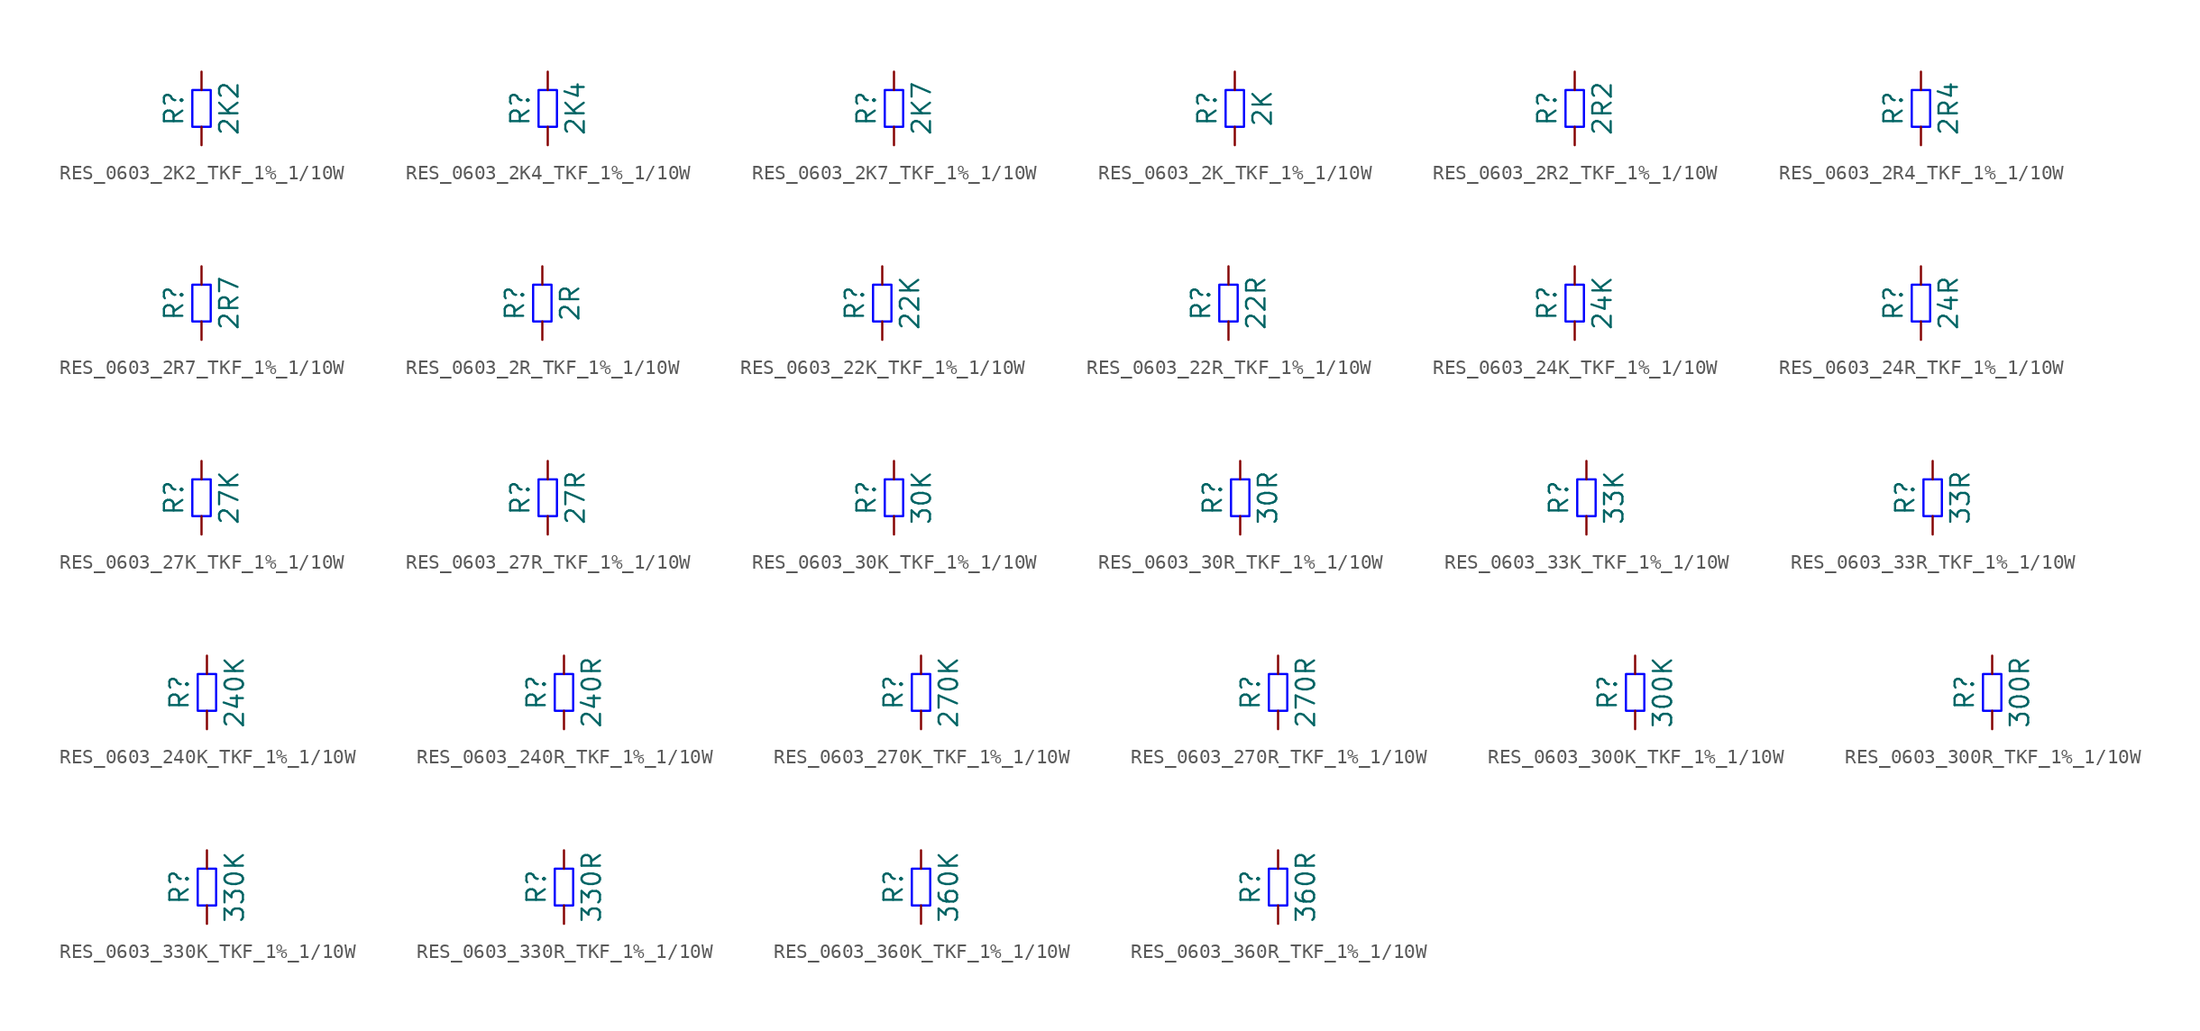
<source format=kicad_sym>
(kicad_symbol_lib
  (version 20220914)
  (generator kicad_symbol_editor)
  (symbol "RES_0603_2K2_TKF_1%_1/10W"
    (pin_numbers hide)
    (pin_names
      (offset 0) hide)
    (property "Reference" "R"
      (at -1.905 0 90)
      (do_not_autoplace)
      (effects (font (size 1.27 1.27))))
    (property "Value" "2K2"
      (at 1.905 0 90)
      (do_not_autoplace)
      (effects (font (size 1.27 1.27))))
    (symbol "RES_0603_2K2_TKF_1%_1/10W_1_1"
      (rectangle (start -0.635 -1.27) (end 0.635 1.27) (stroke (width 0) (type solid) (color 0 0 255 1)) (fill (type none)))
      (pin passive line (at 0 -2.54 90) (length 1.27) (name "~" (effects (font (size 1.27 1.27)))) (number "1" (effects (font (size 1.27 1.27)))))
      (pin passive line (at 0 2.54 270) (length 1.27) (name "~" (effects (font (size 1.27 1.27)))) (number "2" (effects (font (size 1.27 1.27)))))))
  (symbol "RES_0603_2K4_TKF_1%_1/10W"
    (pin_numbers hide)
    (pin_names
      (offset 0) hide)
    (property "Reference" "R"
      (at -1.905 0 90)
      (do_not_autoplace)
      (effects (font (size 1.27 1.27))))
    (property "Value" "2K4"
      (at 1.905 0 90)
      (do_not_autoplace)
      (effects (font (size 1.27 1.27))))
    (symbol "RES_0603_2K4_TKF_1%_1/10W_1_1"
      (rectangle (start -0.635 -1.27) (end 0.635 1.27) (stroke (width 0) (type solid) (color 0 0 255 1)) (fill (type none)))
      (pin passive line (at 0 -2.54 90) (length 1.27) (name "~" (effects (font (size 1.27 1.27)))) (number "1" (effects (font (size 1.27 1.27)))))
      (pin passive line (at 0 2.54 270) (length 1.27) (name "~" (effects (font (size 1.27 1.27)))) (number "2" (effects (font (size 1.27 1.27)))))))
  (symbol "RES_0603_2K7_TKF_1%_1/10W"
    (pin_numbers hide)
    (pin_names
      (offset 0) hide)
    (property "Reference" "R"
      (at -1.905 0 90)
      (do_not_autoplace)
      (effects (font (size 1.27 1.27))))
    (property "Value" "2K7"
      (at 1.905 0 90)
      (do_not_autoplace)
      (effects (font (size 1.27 1.27))))
    (symbol "RES_0603_2K7_TKF_1%_1/10W_1_1"
      (rectangle (start -0.635 -1.27) (end 0.635 1.27) (stroke (width 0) (type solid) (color 0 0 255 1)) (fill (type none)))
      (pin passive line (at 0 -2.54 90) (length 1.27) (name "~" (effects (font (size 1.27 1.27)))) (number "1" (effects (font (size 1.27 1.27)))))
      (pin passive line (at 0 2.54 270) (length 1.27) (name "~" (effects (font (size 1.27 1.27)))) (number "2" (effects (font (size 1.27 1.27)))))))
  (symbol "RES_0603_2K_TKF_1%_1/10W"
    (pin_numbers hide)
    (pin_names
      (offset 0) hide)
    (property "Reference" "R"
      (at -1.905 0 90)
      (do_not_autoplace)
      (effects (font (size 1.27 1.27))))
    (property "Value" "2K"
      (at 1.905 0 90)
      (do_not_autoplace)
      (effects (font (size 1.27 1.27))))
    (symbol "RES_0603_2K_TKF_1%_1/10W_1_1"
      (rectangle (start -0.635 -1.27) (end 0.635 1.27) (stroke (width 0) (type solid) (color 0 0 255 1)) (fill (type none)))
      (pin passive line (at 0 -2.54 90) (length 1.27) (name "~" (effects (font (size 1.27 1.27)))) (number "1" (effects (font (size 1.27 1.27)))))
      (pin passive line (at 0 2.54 270) (length 1.27) (name "~" (effects (font (size 1.27 1.27)))) (number "2" (effects (font (size 1.27 1.27)))))))
  (symbol "RES_0603_2R2_TKF_1%_1/10W"
    (pin_numbers hide)
    (pin_names
      (offset 0) hide)
    (property "Reference" "R"
      (at -1.905 0 90)
      (do_not_autoplace)
      (effects (font (size 1.27 1.27))))
    (property "Value" "2R2"
      (at 1.905 0 90)
      (do_not_autoplace)
      (effects (font (size 1.27 1.27))))
    (symbol "RES_0603_2R2_TKF_1%_1/10W_1_1"
      (rectangle (start -0.635 -1.27) (end 0.635 1.27) (stroke (width 0) (type solid) (color 0 0 255 1)) (fill (type none)))
      (pin passive line (at 0 -2.54 90) (length 1.27) (name "~" (effects (font (size 1.27 1.27)))) (number "1" (effects (font (size 1.27 1.27)))))
      (pin passive line (at 0 2.54 270) (length 1.27) (name "~" (effects (font (size 1.27 1.27)))) (number "2" (effects (font (size 1.27 1.27)))))))
  (symbol "RES_0603_2R4_TKF_1%_1/10W"
    (pin_numbers hide)
    (pin_names
      (offset 0) hide)
    (property "Reference" "R"
      (at -1.905 0 90)
      (do_not_autoplace)
      (effects (font (size 1.27 1.27))))
    (property "Value" "2R4"
      (at 1.905 0 90)
      (do_not_autoplace)
      (effects (font (size 1.27 1.27))))
    (symbol "RES_0603_2R4_TKF_1%_1/10W_1_1"
      (rectangle (start -0.635 -1.27) (end 0.635 1.27) (stroke (width 0) (type solid) (color 0 0 255 1)) (fill (type none)))
      (pin passive line (at 0 -2.54 90) (length 1.27) (name "~" (effects (font (size 1.27 1.27)))) (number "1" (effects (font (size 1.27 1.27)))))
      (pin passive line (at 0 2.54 270) (length 1.27) (name "~" (effects (font (size 1.27 1.27)))) (number "2" (effects (font (size 1.27 1.27)))))))
  (symbol "RES_0603_2R7_TKF_1%_1/10W"
    (pin_numbers hide)
    (pin_names
      (offset 0) hide)
    (property "Reference" "R"
      (at -1.905 0 90)
      (do_not_autoplace)
      (effects (font (size 1.27 1.27))))
    (property "Value" "2R7"
      (at 1.905 0 90)
      (do_not_autoplace)
      (effects (font (size 1.27 1.27))))
    (symbol "RES_0603_2R7_TKF_1%_1/10W_1_1"
      (rectangle (start -0.635 -1.27) (end 0.635 1.27) (stroke (width 0) (type solid) (color 0 0 255 1)) (fill (type none)))
      (pin passive line (at 0 -2.54 90) (length 1.27) (name "~" (effects (font (size 1.27 1.27)))) (number "1" (effects (font (size 1.27 1.27)))))
      (pin passive line (at 0 2.54 270) (length 1.27) (name "~" (effects (font (size 1.27 1.27)))) (number "2" (effects (font (size 1.27 1.27)))))))
  (symbol "RES_0603_2R_TKF_1%_1/10W"
    (pin_numbers hide)
    (pin_names
      (offset 0) hide)
    (property "Reference" "R"
      (at -1.905 0 90)
      (do_not_autoplace)
      (effects (font (size 1.27 1.27))))
    (property "Value" "2R"
      (at 1.905 0 90)
      (do_not_autoplace)
      (effects (font (size 1.27 1.27))))
    (symbol "RES_0603_2R_TKF_1%_1/10W_1_1"
      (rectangle (start -0.635 -1.27) (end 0.635 1.27) (stroke (width 0) (type solid) (color 0 0 255 1)) (fill (type none)))
      (pin passive line (at 0 -2.54 90) (length 1.27) (name "~" (effects (font (size 1.27 1.27)))) (number "1" (effects (font (size 1.27 1.27)))))
      (pin passive line (at 0 2.54 270) (length 1.27) (name "~" (effects (font (size 1.27 1.27)))) (number "2" (effects (font (size 1.27 1.27)))))))
  (symbol "RES_0603_22K_TKF_1%_1/10W"
    (pin_numbers hide)
    (pin_names
      (offset 0) hide)
    (property "Reference" "R"
      (at -1.905 0 90)
      (do_not_autoplace)
      (effects (font (size 1.27 1.27))))
    (property "Value" "22K"
      (at 1.905 0 90)
      (do_not_autoplace)
      (effects (font (size 1.27 1.27))))
    (symbol "RES_0603_22K_TKF_1%_1/10W_1_1"
      (rectangle (start -0.635 -1.27) (end 0.635 1.27) (stroke (width 0) (type solid) (color 0 0 255 1)) (fill (type none)))
      (pin passive line (at 0 -2.54 90) (length 1.27) (name "~" (effects (font (size 1.27 1.27)))) (number "1" (effects (font (size 1.27 1.27)))))
      (pin passive line (at 0 2.54 270) (length 1.27) (name "~" (effects (font (size 1.27 1.27)))) (number "2" (effects (font (size 1.27 1.27)))))))
  (symbol "RES_0603_22R_TKF_1%_1/10W"
    (pin_numbers hide)
    (pin_names
      (offset 0) hide)
    (property "Reference" "R"
      (at -1.905 0 90)
      (do_not_autoplace)
      (effects (font (size 1.27 1.27))))
    (property "Value" "22R"
      (at 1.905 0 90)
      (do_not_autoplace)
      (effects (font (size 1.27 1.27))))
    (symbol "RES_0603_22R_TKF_1%_1/10W_1_1"
      (rectangle (start -0.635 -1.27) (end 0.635 1.27) (stroke (width 0) (type solid) (color 0 0 255 1)) (fill (type none)))
      (pin passive line (at 0 -2.54 90) (length 1.27) (name "~" (effects (font (size 1.27 1.27)))) (number "1" (effects (font (size 1.27 1.27)))))
      (pin passive line (at 0 2.54 270) (length 1.27) (name "~" (effects (font (size 1.27 1.27)))) (number "2" (effects (font (size 1.27 1.27)))))))
  (symbol "RES_0603_24K_TKF_1%_1/10W"
    (pin_numbers hide)
    (pin_names
      (offset 0) hide)
    (property "Reference" "R"
      (at -1.905 0 90)
      (do_not_autoplace)
      (effects (font (size 1.27 1.27))))
    (property "Value" "24K"
      (at 1.905 0 90)
      (do_not_autoplace)
      (effects (font (size 1.27 1.27))))
    (symbol "RES_0603_24K_TKF_1%_1/10W_1_1"
      (rectangle (start -0.635 -1.27) (end 0.635 1.27) (stroke (width 0) (type solid) (color 0 0 255 1)) (fill (type none)))
      (pin passive line (at 0 -2.54 90) (length 1.27) (name "~" (effects (font (size 1.27 1.27)))) (number "1" (effects (font (size 1.27 1.27)))))
      (pin passive line (at 0 2.54 270) (length 1.27) (name "~" (effects (font (size 1.27 1.27)))) (number "2" (effects (font (size 1.27 1.27)))))))
  (symbol "RES_0603_24R_TKF_1%_1/10W"
    (pin_numbers hide)
    (pin_names
      (offset 0) hide)
    (property "Reference" "R"
      (at -1.905 0 90)
      (do_not_autoplace)
      (effects (font (size 1.27 1.27))))
    (property "Value" "24R"
      (at 1.905 0 90)
      (do_not_autoplace)
      (effects (font (size 1.27 1.27))))
    (symbol "RES_0603_24R_TKF_1%_1/10W_1_1"
      (rectangle (start -0.635 -1.27) (end 0.635 1.27) (stroke (width 0) (type solid) (color 0 0 255 1)) (fill (type none)))
      (pin passive line (at 0 -2.54 90) (length 1.27) (name "~" (effects (font (size 1.27 1.27)))) (number "1" (effects (font (size 1.27 1.27)))))
      (pin passive line (at 0 2.54 270) (length 1.27) (name "~" (effects (font (size 1.27 1.27)))) (number "2" (effects (font (size 1.27 1.27)))))))
  (symbol "RES_0603_27K_TKF_1%_1/10W"
    (pin_numbers hide)
    (pin_names
      (offset 0) hide)
    (property "Reference" "R"
      (at -1.905 0 90)
      (do_not_autoplace)
      (effects (font (size 1.27 1.27))))
    (property "Value" "27K"
      (at 1.905 0 90)
      (do_not_autoplace)
      (effects (font (size 1.27 1.27))))
    (symbol "RES_0603_27K_TKF_1%_1/10W_1_1"
      (rectangle (start -0.635 -1.27) (end 0.635 1.27) (stroke (width 0) (type solid) (color 0 0 255 1)) (fill (type none)))
      (pin passive line (at 0 -2.54 90) (length 1.27) (name "~" (effects (font (size 1.27 1.27)))) (number "1" (effects (font (size 1.27 1.27)))))
      (pin passive line (at 0 2.54 270) (length 1.27) (name "~" (effects (font (size 1.27 1.27)))) (number "2" (effects (font (size 1.27 1.27)))))))
  (symbol "RES_0603_27R_TKF_1%_1/10W"
    (pin_numbers hide)
    (pin_names
      (offset 0) hide)
    (property "Reference" "R"
      (at -1.905 0 90)
      (do_not_autoplace)
      (effects (font (size 1.27 1.27))))
    (property "Value" "27R"
      (at 1.905 0 90)
      (do_not_autoplace)
      (effects (font (size 1.27 1.27))))
    (symbol "RES_0603_27R_TKF_1%_1/10W_1_1"
      (rectangle (start -0.635 -1.27) (end 0.635 1.27) (stroke (width 0) (type solid) (color 0 0 255 1)) (fill (type none)))
      (pin passive line (at 0 -2.54 90) (length 1.27) (name "~" (effects (font (size 1.27 1.27)))) (number "1" (effects (font (size 1.27 1.27)))))
      (pin passive line (at 0 2.54 270) (length 1.27) (name "~" (effects (font (size 1.27 1.27)))) (number "2" (effects (font (size 1.27 1.27)))))))
  (symbol "RES_0603_30K_TKF_1%_1/10W"
    (pin_numbers hide)
    (pin_names
      (offset 0) hide)
    (property "Reference" "R"
      (at -1.905 0 90)
      (do_not_autoplace)
      (effects (font (size 1.27 1.27))))
    (property "Value" "30K"
      (at 1.905 0 90)
      (do_not_autoplace)
      (effects (font (size 1.27 1.27))))
    (symbol "RES_0603_30K_TKF_1%_1/10W_1_1"
      (rectangle (start -0.635 -1.27) (end 0.635 1.27) (stroke (width 0) (type solid) (color 0 0 255 1)) (fill (type none)))
      (pin passive line (at 0 -2.54 90) (length 1.27) (name "~" (effects (font (size 1.27 1.27)))) (number "1" (effects (font (size 1.27 1.27)))))
      (pin passive line (at 0 2.54 270) (length 1.27) (name "~" (effects (font (size 1.27 1.27)))) (number "2" (effects (font (size 1.27 1.27)))))))
  (symbol "RES_0603_30R_TKF_1%_1/10W"
    (pin_numbers hide)
    (pin_names
      (offset 0) hide)
    (property "Reference" "R"
      (at -1.905 0 90)
      (do_not_autoplace)
      (effects (font (size 1.27 1.27))))
    (property "Value" "30R"
      (at 1.905 0 90)
      (do_not_autoplace)
      (effects (font (size 1.27 1.27))))
    (symbol "RES_0603_30R_TKF_1%_1/10W_1_1"
      (rectangle (start -0.635 -1.27) (end 0.635 1.27) (stroke (width 0) (type solid) (color 0 0 255 1)) (fill (type none)))
      (pin passive line (at 0 -2.54 90) (length 1.27) (name "~" (effects (font (size 1.27 1.27)))) (number "1" (effects (font (size 1.27 1.27)))))
      (pin passive line (at 0 2.54 270) (length 1.27) (name "~" (effects (font (size 1.27 1.27)))) (number "2" (effects (font (size 1.27 1.27)))))))
  (symbol "RES_0603_33K_TKF_1%_1/10W"
    (pin_numbers hide)
    (pin_names
      (offset 0) hide)
    (property "Reference" "R"
      (at -1.905 0 90)
      (do_not_autoplace)
      (effects (font (size 1.27 1.27))))
    (property "Value" "33K"
      (at 1.905 0 90)
      (do_not_autoplace)
      (effects (font (size 1.27 1.27))))
    (symbol "RES_0603_33K_TKF_1%_1/10W_1_1"
      (rectangle (start -0.635 -1.27) (end 0.635 1.27) (stroke (width 0) (type solid) (color 0 0 255 1)) (fill (type none)))
      (pin passive line (at 0 -2.54 90) (length 1.27) (name "~" (effects (font (size 1.27 1.27)))) (number "1" (effects (font (size 1.27 1.27)))))
      (pin passive line (at 0 2.54 270) (length 1.27) (name "~" (effects (font (size 1.27 1.27)))) (number "2" (effects (font (size 1.27 1.27)))))))
  (symbol "RES_0603_33R_TKF_1%_1/10W"
    (pin_numbers hide)
    (pin_names
      (offset 0) hide)
    (property "Reference" "R"
      (at -1.905 0 90)
      (do_not_autoplace)
      (effects (font (size 1.27 1.27))))
    (property "Value" "33R"
      (at 1.905 0 90)
      (do_not_autoplace)
      (effects (font (size 1.27 1.27))))
    (symbol "RES_0603_33R_TKF_1%_1/10W_1_1"
      (rectangle (start -0.635 -1.27) (end 0.635 1.27) (stroke (width 0) (type solid) (color 0 0 255 1)) (fill (type none)))
      (pin passive line (at 0 -2.54 90) (length 1.27) (name "~" (effects (font (size 1.27 1.27)))) (number "1" (effects (font (size 1.27 1.27)))))
      (pin passive line (at 0 2.54 270) (length 1.27) (name "~" (effects (font (size 1.27 1.27)))) (number "2" (effects (font (size 1.27 1.27)))))))
  (symbol "RES_0603_240K_TKF_1%_1/10W"
    (pin_numbers hide)
    (pin_names
      (offset 0) hide)
    (property "Reference" "R"
      (at -1.905 0 90)
      (do_not_autoplace)
      (effects (font (size 1.27 1.27))))
    (property "Value" "240K"
      (at 1.905 0 90)
      (do_not_autoplace)
      (effects (font (size 1.27 1.27))))
    (symbol "RES_0603_240K_TKF_1%_1/10W_1_1"
      (rectangle (start -0.635 -1.27) (end 0.635 1.27) (stroke (width 0) (type solid) (color 0 0 255 1)) (fill (type none)))
      (pin passive line (at 0 -2.54 90) (length 1.27) (name "~" (effects (font (size 1.27 1.27)))) (number "1" (effects (font (size 1.27 1.27)))))
      (pin passive line (at 0 2.54 270) (length 1.27) (name "~" (effects (font (size 1.27 1.27)))) (number "2" (effects (font (size 1.27 1.27)))))))
  (symbol "RES_0603_240R_TKF_1%_1/10W"
    (pin_numbers hide)
    (pin_names
      (offset 0) hide)
    (property "Reference" "R"
      (at -1.905 0 90)
      (do_not_autoplace)
      (effects (font (size 1.27 1.27))))
    (property "Value" "240R"
      (at 1.905 0 90)
      (do_not_autoplace)
      (effects (font (size 1.27 1.27))))
    (symbol "RES_0603_240R_TKF_1%_1/10W_1_1"
      (rectangle (start -0.635 -1.27) (end 0.635 1.27) (stroke (width 0) (type solid) (color 0 0 255 1)) (fill (type none)))
      (pin passive line (at 0 -2.54 90) (length 1.27) (name "~" (effects (font (size 1.27 1.27)))) (number "1" (effects (font (size 1.27 1.27)))))
      (pin passive line (at 0 2.54 270) (length 1.27) (name "~" (effects (font (size 1.27 1.27)))) (number "2" (effects (font (size 1.27 1.27)))))))
  (symbol "RES_0603_270K_TKF_1%_1/10W"
    (pin_numbers hide)
    (pin_names
      (offset 0) hide)
    (property "Reference" "R"
      (at -1.905 0 90)
      (do_not_autoplace)
      (effects (font (size 1.27 1.27))))
    (property "Value" "270K"
      (at 1.905 0 90)
      (do_not_autoplace)
      (effects (font (size 1.27 1.27))))
    (symbol "RES_0603_270K_TKF_1%_1/10W_1_1"
      (rectangle (start -0.635 -1.27) (end 0.635 1.27) (stroke (width 0) (type solid) (color 0 0 255 1)) (fill (type none)))
      (pin passive line (at 0 -2.54 90) (length 1.27) (name "~" (effects (font (size 1.27 1.27)))) (number "1" (effects (font (size 1.27 1.27)))))
      (pin passive line (at 0 2.54 270) (length 1.27) (name "~" (effects (font (size 1.27 1.27)))) (number "2" (effects (font (size 1.27 1.27)))))))
  (symbol "RES_0603_270R_TKF_1%_1/10W"
    (pin_numbers hide)
    (pin_names
      (offset 0) hide)
    (property "Reference" "R"
      (at -1.905 0 90)
      (do_not_autoplace)
      (effects (font (size 1.27 1.27))))
    (property "Value" "270R"
      (at 1.905 0 90)
      (do_not_autoplace)
      (effects (font (size 1.27 1.27))))
    (symbol "RES_0603_270R_TKF_1%_1/10W_1_1"
      (rectangle (start -0.635 -1.27) (end 0.635 1.27) (stroke (width 0) (type solid) (color 0 0 255 1)) (fill (type none)))
      (pin passive line (at 0 -2.54 90) (length 1.27) (name "~" (effects (font (size 1.27 1.27)))) (number "1" (effects (font (size 1.27 1.27)))))
      (pin passive line (at 0 2.54 270) (length 1.27) (name "~" (effects (font (size 1.27 1.27)))) (number "2" (effects (font (size 1.27 1.27)))))))
  (symbol "RES_0603_300K_TKF_1%_1/10W"
    (pin_numbers hide)
    (pin_names
      (offset 0) hide)
    (property "Reference" "R"
      (at -1.905 0 90)
      (do_not_autoplace)
      (effects (font (size 1.27 1.27))))
    (property "Value" "300K"
      (at 1.905 0 90)
      (do_not_autoplace)
      (effects (font (size 1.27 1.27))))
    (symbol "RES_0603_300K_TKF_1%_1/10W_1_1"
      (rectangle (start -0.635 -1.27) (end 0.635 1.27) (stroke (width 0) (type solid) (color 0 0 255 1)) (fill (type none)))
      (pin passive line (at 0 -2.54 90) (length 1.27) (name "~" (effects (font (size 1.27 1.27)))) (number "1" (effects (font (size 1.27 1.27)))))
      (pin passive line (at 0 2.54 270) (length 1.27) (name "~" (effects (font (size 1.27 1.27)))) (number "2" (effects (font (size 1.27 1.27)))))))
  (symbol "RES_0603_300R_TKF_1%_1/10W"
    (pin_numbers hide)
    (pin_names
      (offset 0) hide)
    (property "Reference" "R"
      (at -1.905 0 90)
      (do_not_autoplace)
      (effects (font (size 1.27 1.27))))
    (property "Value" "300R"
      (at 1.905 0 90)
      (do_not_autoplace)
      (effects (font (size 1.27 1.27))))
    (symbol "RES_0603_300R_TKF_1%_1/10W_1_1"
      (rectangle (start -0.635 -1.27) (end 0.635 1.27) (stroke (width 0) (type solid) (color 0 0 255 1)) (fill (type none)))
      (pin passive line (at 0 -2.54 90) (length 1.27) (name "~" (effects (font (size 1.27 1.27)))) (number "1" (effects (font (size 1.27 1.27)))))
      (pin passive line (at 0 2.54 270) (length 1.27) (name "~" (effects (font (size 1.27 1.27)))) (number "2" (effects (font (size 1.27 1.27)))))))
  (symbol "RES_0603_330K_TKF_1%_1/10W"
    (pin_numbers hide)
    (pin_names
      (offset 0) hide)
    (property "Reference" "R"
      (at -1.905 0 90)
      (do_not_autoplace)
      (effects (font (size 1.27 1.27))))
    (property "Value" "330K"
      (at 1.905 0 90)
      (do_not_autoplace)
      (effects (font (size 1.27 1.27))))
    (symbol "RES_0603_330K_TKF_1%_1/10W_1_1"
      (rectangle (start -0.635 -1.27) (end 0.635 1.27) (stroke (width 0) (type solid) (color 0 0 255 1)) (fill (type none)))
      (pin passive line (at 0 -2.54 90) (length 1.27) (name "~" (effects (font (size 1.27 1.27)))) (number "1" (effects (font (size 1.27 1.27)))))
      (pin passive line (at 0 2.54 270) (length 1.27) (name "~" (effects (font (size 1.27 1.27)))) (number "2" (effects (font (size 1.27 1.27)))))))
  (symbol "RES_0603_330R_TKF_1%_1/10W"
    (pin_numbers hide)
    (pin_names
      (offset 0) hide)
    (property "Reference" "R"
      (at -1.905 0 90)
      (do_not_autoplace)
      (effects (font (size 1.27 1.27))))
    (property "Value" "330R"
      (at 1.905 0 90)
      (do_not_autoplace)
      (effects (font (size 1.27 1.27))))
    (symbol "RES_0603_330R_TKF_1%_1/10W_1_1"
      (rectangle (start -0.635 -1.27) (end 0.635 1.27) (stroke (width 0) (type solid) (color 0 0 255 1)) (fill (type none)))
      (pin passive line (at 0 -2.54 90) (length 1.27) (name "~" (effects (font (size 1.27 1.27)))) (number "1" (effects (font (size 1.27 1.27)))))
      (pin passive line (at 0 2.54 270) (length 1.27) (name "~" (effects (font (size 1.27 1.27)))) (number "2" (effects (font (size 1.27 1.27)))))))
  (symbol "RES_0603_360K_TKF_1%_1/10W"
    (pin_numbers hide)
    (pin_names
      (offset 0) hide)
    (property "Reference" "R"
      (at -1.905 0 90)
      (do_not_autoplace)
      (effects (font (size 1.27 1.27))))
    (property "Value" "360K"
      (at 1.905 0 90)
      (do_not_autoplace)
      (effects (font (size 1.27 1.27))))
    (symbol "RES_0603_360K_TKF_1%_1/10W_1_1"
      (rectangle (start -0.635 -1.27) (end 0.635 1.27) (stroke (width 0) (type solid) (color 0 0 255 1)) (fill (type none)))
      (pin passive line (at 0 -2.54 90) (length 1.27) (name "~" (effects (font (size 1.27 1.27)))) (number "1" (effects (font (size 1.27 1.27)))))
      (pin passive line (at 0 2.54 270) (length 1.27) (name "~" (effects (font (size 1.27 1.27)))) (number "2" (effects (font (size 1.27 1.27)))))))
  (symbol "RES_0603_360R_TKF_1%_1/10W"
    (pin_numbers hide)
    (pin_names
      (offset 0) hide)
    (property "Reference" "R"
      (at -1.905 0 90)
      (do_not_autoplace)
      (effects (font (size 1.27 1.27))))
    (property "Value" "360R"
      (at 1.905 0 90)
      (do_not_autoplace)
      (effects (font (size 1.27 1.27))))
    (symbol "RES_0603_360R_TKF_1%_1/10W_1_1"
      (rectangle (start -0.635 -1.27) (end 0.635 1.27) (stroke (width 0) (type solid) (color 0 0 255 1)) (fill (type none)))
      (pin passive line (at 0 -2.54 90) (length 1.27) (name "~" (effects (font (size 1.27 1.27)))) (number "1" (effects (font (size 1.27 1.27)))))
      (pin passive line (at 0 2.54 270) (length 1.27) (name "~" (effects (font (size 1.27 1.27)))) (number "2" (effects (font (size 1.27 1.27))))))))
</source>
